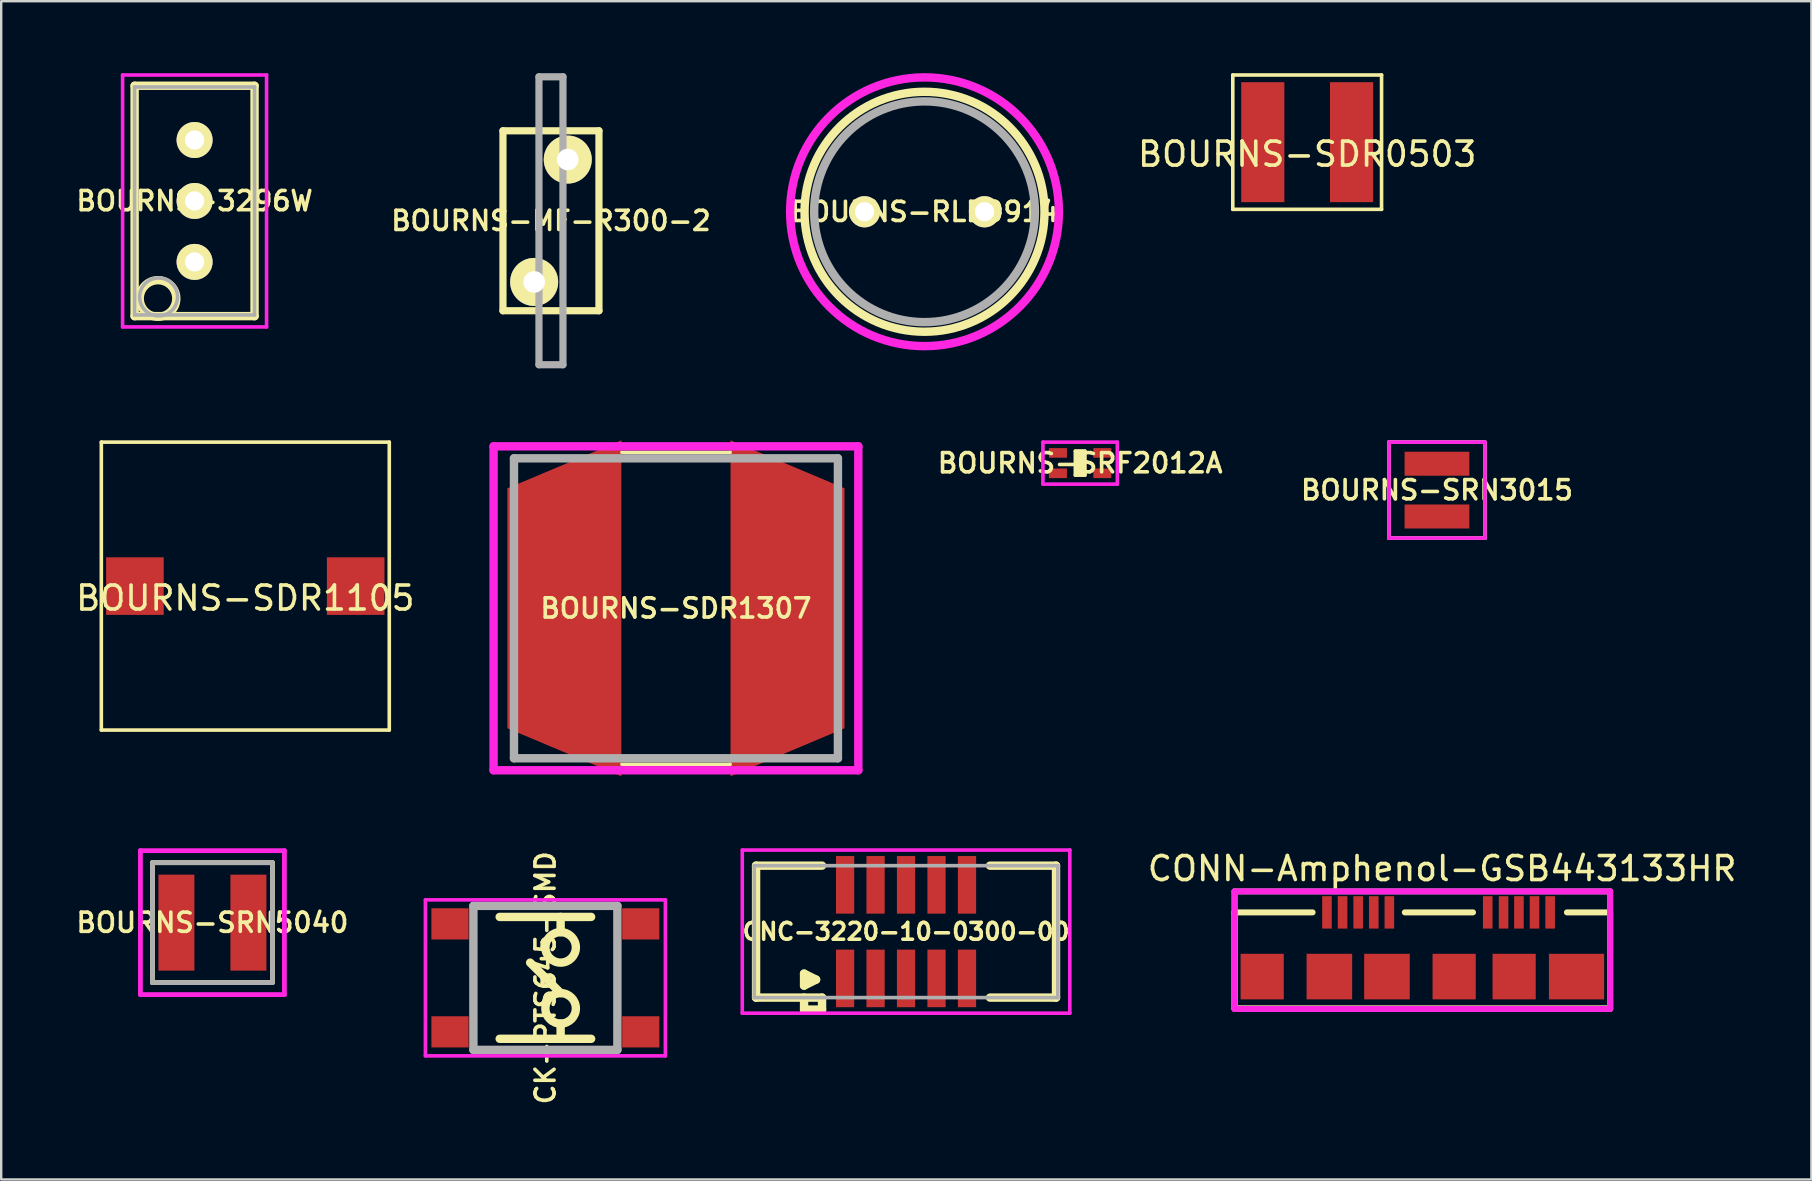
<source format=kicad_pcb>
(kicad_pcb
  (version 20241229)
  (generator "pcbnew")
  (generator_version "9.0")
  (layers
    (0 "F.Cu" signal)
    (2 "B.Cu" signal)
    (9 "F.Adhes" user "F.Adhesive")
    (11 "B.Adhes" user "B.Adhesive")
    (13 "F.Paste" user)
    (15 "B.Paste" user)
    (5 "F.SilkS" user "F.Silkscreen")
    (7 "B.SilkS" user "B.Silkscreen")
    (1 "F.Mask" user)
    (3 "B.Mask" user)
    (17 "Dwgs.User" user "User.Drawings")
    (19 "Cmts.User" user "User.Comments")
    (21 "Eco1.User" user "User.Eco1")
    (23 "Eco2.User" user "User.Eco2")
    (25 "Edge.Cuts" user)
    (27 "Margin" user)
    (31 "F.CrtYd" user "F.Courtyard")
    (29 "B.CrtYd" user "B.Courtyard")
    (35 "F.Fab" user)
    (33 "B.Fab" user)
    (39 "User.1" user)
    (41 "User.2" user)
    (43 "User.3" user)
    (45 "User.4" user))
  (footprint "BOURNS-SRF2012A"
    (layer "F.Cu")
    (at 41.964 16.25)
    (property "Reference" "BOURNS-SRF2012A" (at 0 0 0) (layer "F.SilkS") (effects (font (size 0.8 0.8) (thickness 0.15))))
    (attr smd)
    (fp_line (start -0.2 -0.5) (end -0.2 0.5) (stroke (width 0.15) (type solid)) (layer "F.SilkS"))
    (fp_line (start -0.2 -0.5) (end 0.2 -0.5) (stroke (width 0.15) (type solid)) (layer "F.SilkS"))
    (fp_line (start -0.2 0.5) (end 0.2 0.5) (stroke (width 0.15) (type solid)) (layer "F.SilkS"))
    (fp_line (start -0.1 -0.5) (end -0.1 0.5) (stroke (width 0.15) (type solid)) (layer "F.SilkS"))
    (fp_line (start 0 0.5) (end 0 -0.5) (stroke (width 0.15) (type solid)) (layer "F.SilkS"))
    (fp_line (start 0.1 -0.5) (end 0.1 0.5) (stroke (width 0.15) (type solid)) (layer "F.SilkS"))
    (fp_line (start 0.2 0.5) (end 0.2 -0.5) (stroke (width 0.15) (type solid)) (layer "F.SilkS"))
    (fp_line (start -1.55 -0.875) (end 1.55 -0.875) (stroke (width 0.15) (type solid)) (layer "F.CrtYd"))
    (fp_line (start -1.55 0.875) (end -1.55 -0.875) (stroke (width 0.15) (type solid)) (layer "F.CrtYd"))
    (fp_line (start 1.55 -0.875) (end 1.55 0.875) (stroke (width 0.15) (type solid)) (layer "F.CrtYd"))
    (fp_line (start 1.55 0.875) (end -1.55 0.875) (stroke (width 0.15) (type solid)) (layer "F.CrtYd"))
    (pad "1" smd rect (at -0.925 -0.425) (size 0.75 0.4) (layers "F.Cu" "F.Mask" "F.Paste"))
    (pad "2" smd rect (at 0.925 -0.425) (size 0.75 0.4) (layers "F.Cu" "F.Mask" "F.Paste"))
    (pad "3" smd rect (at 0.925 0.425) (size 0.75 0.4) (layers "F.Cu" "F.Mask" "F.Paste"))
    (pad "4" smd rect (at -0.925 0.425) (size 0.75 0.4) (layers "F.Cu" "F.Mask" "F.Paste")))
  (footprint "BOURNS-SRN3015"
    (layer "F.Cu")
    (at 56.835 17.375)
    (property "Reference" "BOURNS-SRN3015" (at 0 0 0) (layer "F.SilkS") (effects (font (size 0.8 0.8) (thickness 0.15))))
    (attr smd)
    (fp_line (start -2 -2) (end 2 -2) (stroke (width 0.15) (type solid)) (layer "F.SilkS"))
    (fp_line (start -2 2) (end -2 -2) (stroke (width 0.15) (type solid)) (layer "F.SilkS"))
    (fp_line (start 2 -2) (end 2 2) (stroke (width 0.15) (type solid)) (layer "F.SilkS"))
    (fp_line (start 2 2) (end -2 2) (stroke (width 0.15) (type solid)) (layer "F.SilkS"))
    (fp_line (start -2 -2) (end -2 2) (stroke (width 0.15) (type solid)) (layer "F.CrtYd"))
    (fp_line (start -2 2) (end 2 2) (stroke (width 0.15) (type solid)) (layer "F.CrtYd"))
    (fp_line (start 2 -2) (end -2 -2) (stroke (width 0.15) (type solid)) (layer "F.CrtYd"))
    (fp_line (start 2 2) (end 2 -2) (stroke (width 0.15) (type solid)) (layer "F.CrtYd"))
    (fp_line (start -2 -2) (end -2 2) (stroke (width 0.15) (type solid)) (layer "F.Fab"))
    (fp_line (start -2 2) (end 2 2) (stroke (width 0.15) (type solid)) (layer "F.Fab"))
    (fp_line (start 2 -2) (end -2 -2) (stroke (width 0.15) (type solid)) (layer "F.Fab"))
    (fp_line (start 2 2) (end 2 -2) (stroke (width 0.15) (type solid)) (layer "F.Fab"))
    (pad "1" smd rect (at 0 -1.1) (size 2.7 1) (layers "F.Cu" "F.Mask" "F.Paste"))
    (pad "2" smd rect (at 0 1.1) (size 2.7 1) (layers "F.Cu" "F.Mask" "F.Paste")))
  (footprint "BOURNS-RLB0914"
    (layer "F.Cu")
    (at 35.479 5.775)
    (property "Reference" "BOURNS-RLB0914" (at 0 0 0) (layer "F.SilkS") (effects (font (size 0.8 0.8) (thickness 0.15))))
    (attr through_hole)
    (fp_circle (center 0 0) (end 5 0) (stroke (width 0.35) (type solid)) (fill no) (layer "F.SilkS"))
    (fp_circle (center 0 0) (end 5.6 0) (stroke (width 0.35) (type solid)) (fill no) (layer "F.CrtYd"))
    (fp_circle (center 0 0) (end 4.6 0) (stroke (width 0.35) (type solid)) (fill no) (layer "F.Fab"))
    (pad "1" thru_hole circle (at -2.5 0) (size 1.3 1.3) (drill 0.8) (layers "*.Cu" "*.Mask" "F.SilkS"))
    (pad "2" thru_hole circle (at 2.5 0) (size 1.3 1.3) (drill 0.8) (layers "*.Cu" "*.Mask" "F.SilkS")))
  (footprint "BOURNS-3296W"
    (layer "F.Cu")
    (at 5.059 5.325)
    (property "Reference" "BOURNS-3296W" (at 0 0 0) (layer "F.SilkS") (effects (font (size 0.8 0.8) (thickness 0.15))))
    (attr through_hole)
    (fp_line (start -2.499 -4.801) (end 2.499 -4.801) (stroke (width 0.35) (type solid)) (layer "F.SilkS"))
    (fp_line (start -2.499 4.801) (end -2.499 -4.801) (stroke (width 0.35) (type solid)) (layer "F.SilkS"))
    (fp_line (start 2.499 -4.801) (end 2.499 4.801) (stroke (width 0.35) (type solid)) (layer "F.SilkS"))
    (fp_line (start 2.499 4.801) (end -2.499 4.801) (stroke (width 0.35) (type solid)) (layer "F.SilkS"))
    (fp_circle (center -1.524 4.064) (end -1.524 3.302) (stroke (width 0.35) (type solid)) (fill no) (layer "F.SilkS"))
    (fp_line (start -3 -5.25) (end -3 5.25) (stroke (width 0.15) (type solid)) (layer "F.CrtYd"))
    (fp_line (start -3 5.25) (end 3 5.25) (stroke (width 0.15) (type solid)) (layer "F.CrtYd"))
    (fp_line (start 3 -5.25) (end -3 -5.25) (stroke (width 0.15) (type solid)) (layer "F.CrtYd"))
    (fp_line (start 3 5.25) (end 3 -5.25) (stroke (width 0.15) (type solid)) (layer "F.CrtYd"))
    (fp_line (start -2.5 -4.75) (end -2.5 4.75) (stroke (width 0.15) (type solid)) (layer "F.Fab"))
    (fp_line (start -2.5 4.75) (end 2.5 4.75) (stroke (width 0.15) (type solid)) (layer "F.Fab"))
    (fp_line (start 2.5 -4.75) (end -2.5 -4.75) (stroke (width 0.15) (type solid)) (layer "F.Fab"))
    (fp_line (start 2.5 4.75) (end 2.5 -4.75) (stroke (width 0.15) (type solid)) (layer "F.Fab"))
    (fp_circle (center -1.5 4) (end -1.75 4.75) (stroke (width 0.15) (type solid)) (fill no) (layer "F.Fab"))
    (pad "1" thru_hole circle (at 0 -2.54) (size 1.5 1.5) (drill 0.8) (layers "*.Cu" "*.Mask" "F.SilkS"))
    (pad "2" thru_hole circle (at 0 0) (size 1.5 1.5) (drill 0.8) (layers "*.Cu" "*.Mask" "F.SilkS"))
    (pad "3" thru_hole circle (at 0 2.54) (size 1.5 1.5) (drill 0.8) (layers "*.Cu" "*.Mask" "F.SilkS")))
  (footprint "BOURNS-SDR0503"
    (layer "F.Cu")
    (at 51.426 2.875)
    (property "Reference" "BOURNS-SDR0503" (at 0 0.5 0) (layer "F.SilkS") (effects (font (size 1 1) (thickness 0.15))))
    (attr through_hole)
    (fp_line (start -3.1 -2.8) (end 3.1 -2.8) (stroke (width 0.15) (type solid)) (layer "F.SilkS"))
    (fp_line (start -3.1 2.8) (end -3.1 -2.8) (stroke (width 0.15) (type solid)) (layer "F.SilkS"))
    (fp_line (start 3.1 -2.8) (end 3.1 2.8) (stroke (width 0.15) (type solid)) (layer "F.SilkS"))
    (fp_line (start 3.1 2.8) (end -3.1 2.8) (stroke (width 0.15) (type solid)) (layer "F.SilkS"))
    (pad "1" smd rect (at -1.85 0) (size 1.8 5) (layers "F.Cu" "F.Mask" "F.Paste"))
    (pad "2" smd rect (at 1.85 0) (size 1.8 5) (layers "F.Cu" "F.Mask" "F.Paste")))
  (footprint "CNC-3220-10-0300-00"
    (layer "F.Cu")
    (at 34.709 35.775)
    (property "Reference" "CNC-3220-10-0300-00" (at 0 0 0) (layer "F.SilkS") (effects (font (size 0.7 0.7) (thickness 0.15))))
    (attr through_hole)
    (fp_line (start -6.25 -2.75) (end -3.5 -2.75) (stroke (width 0.35) (type solid)) (layer "F.SilkS"))
    (fp_line (start -6.25 2.75) (end -6.25 -2.75) (stroke (width 0.35) (type solid)) (layer "F.SilkS"))
    (fp_line (start -4.25 1.75) (end -3.75 2) (stroke (width 0.35) (type solid)) (layer "F.SilkS"))
    (fp_line (start -4.25 2.25) (end -4.25 1.75) (stroke (width 0.35) (type solid)) (layer "F.SilkS"))
    (fp_line (start -4.25 3.25) (end -4.25 2.75) (stroke (width 0.35) (type solid)) (layer "F.SilkS"))
    (fp_line (start -3.75 2) (end -4.25 2.25) (stroke (width 0.35) (type solid)) (layer "F.SilkS"))
    (fp_line (start -3.5 2.75) (end -6.25 2.75) (stroke (width 0.35) (type solid)) (layer "F.SilkS"))
    (fp_line (start -3.5 2.75) (end -3.5 3.25) (stroke (width 0.35) (type solid)) (layer "F.SilkS"))
    (fp_line (start -3.5 3.25) (end -4.25 3.25) (stroke (width 0.35) (type solid)) (layer "F.SilkS"))
    (fp_line (start 3.5 -2.75) (end 6.25 -2.75) (stroke (width 0.35) (type solid)) (layer "F.SilkS"))
    (fp_line (start 6.25 -2.75) (end 6.25 2.75) (stroke (width 0.35) (type solid)) (layer "F.SilkS"))
    (fp_line (start 6.25 2.75) (end 3.5 2.75) (stroke (width 0.35) (type solid)) (layer "F.SilkS"))
    (fp_line (start -6.825 -3.4) (end 6.825 -3.4) (stroke (width 0.15) (type solid)) (layer "F.CrtYd"))
    (fp_line (start -6.825 3.4) (end -6.825 -3.4) (stroke (width 0.15) (type solid)) (layer "F.CrtYd"))
    (fp_line (start 6.825 -3.4) (end 6.825 3.4) (stroke (width 0.15) (type solid)) (layer "F.CrtYd"))
    (fp_line (start 6.825 3.4) (end -6.825 3.4) (stroke (width 0.15) (type solid)) (layer "F.CrtYd"))
    (fp_line (start -6.325 -2.75) (end 6.325 -2.75) (stroke (width 0.15) (type solid)) (layer "F.Fab"))
    (fp_line (start -6.325 2.75) (end -6.325 -2.75) (stroke (width 0.15) (type solid)) (layer "F.Fab"))
    (fp_line (start 6.325 -2.75) (end 6.325 2.75) (stroke (width 0.15) (type solid)) (layer "F.Fab"))
    (fp_line (start 6.325 2.75) (end -6.325 2.75) (stroke (width 0.15) (type solid)) (layer "F.Fab"))
    (pad "1" smd rect (at -2.54 1.95) (size 0.76 2.4) (layers "F.Cu" "F.Mask" "F.Paste"))
    (pad "2" smd rect (at -2.54 -1.95) (size 0.76 2.4) (layers "F.Cu" "F.Mask" "F.Paste"))
    (pad "3" smd rect (at -1.27 1.95) (size 0.76 2.4) (layers "F.Cu" "F.Mask" "F.Paste"))
    (pad "4" smd rect (at -1.27 -1.95) (size 0.76 2.4) (layers "F.Cu" "F.Mask" "F.Paste"))
    (pad "5" smd rect (at 0 1.95) (size 0.76 2.4) (layers "F.Cu" "F.Mask" "F.Paste"))
    (pad "6" smd rect (at 0 -1.95) (size 0.76 2.4) (layers "F.Cu" "F.Mask" "F.Paste"))
    (pad "7" smd rect (at 1.27 1.95) (size 0.76 2.4) (layers "F.Cu" "F.Mask" "F.Paste"))
    (pad "8" smd rect (at 1.27 -1.95) (size 0.76 2.4) (layers "F.Cu" "F.Mask" "F.Paste"))
    (pad "9" smd rect (at 2.54 1.95) (size 0.76 2.4) (layers "F.Cu" "F.Mask" "F.Paste"))
    (pad "10" smd rect (at 2.54 -1.95) (size 0.76 2.4) (layers "F.Cu" "F.Mask" "F.Paste")))
  (footprint "BOURNS-SRN5040"
    (layer "F.Cu")
    (at 5.802 35.4)
    (property "Reference" "BOURNS-SRN5040" (at 0 0 0) (layer "F.SilkS") (effects (font (size 0.8 0.8) (thickness 0.15))))
    (attr smd)
    (fp_line (start -2.5 -2.5) (end 2.5 -2.5) (stroke (width 0.2) (type solid)) (layer "F.SilkS"))
    (fp_line (start -2.5 2.5) (end -2.5 -2.5) (stroke (width 0.2) (type solid)) (layer "F.SilkS"))
    (fp_line (start 2.5 -2.5) (end 2.5 2.5) (stroke (width 0.2) (type solid)) (layer "F.SilkS"))
    (fp_line (start 2.5 2.5) (end -2.5 2.5) (stroke (width 0.2) (type solid)) (layer "F.SilkS"))
    (fp_line (start -3 -3) (end 3 -3) (stroke (width 0.2) (type solid)) (layer "F.CrtYd"))
    (fp_line (start -3 3) (end -3 -3) (stroke (width 0.2) (type solid)) (layer "F.CrtYd"))
    (fp_line (start 3 -3) (end 3 3) (stroke (width 0.2) (type solid)) (layer "F.CrtYd"))
    (fp_line (start 3 3) (end -3 3) (stroke (width 0.2) (type solid)) (layer "F.CrtYd"))
    (fp_line (start -2.5 -2.5) (end 2.5 -2.5) (stroke (width 0.2) (type solid)) (layer "F.Fab"))
    (fp_line (start -2.5 2.5) (end -2.5 -2.5) (stroke (width 0.2) (type solid)) (layer "F.Fab"))
    (fp_line (start 2.5 -2.5) (end 2.5 2.5) (stroke (width 0.2) (type solid)) (layer "F.Fab"))
    (fp_line (start 2.5 2.5) (end -2.5 2.5) (stroke (width 0.2) (type solid)) (layer "F.Fab"))
    (pad "1" smd rect (at -1.5 0) (size 1.5 4) (layers "F.Cu" "F.Mask" "F.Paste"))
    (pad "2" smd rect (at 1.5 0) (size 1.5 4) (layers "F.Cu" "F.Mask" "F.Paste")))
  (footprint "BOURNS-SDR1307"
    (layer "F.Cu")
    (at 25.12 22.3)
    (property "Reference" "BOURNS-SDR1307" (at 0 0 0) (layer "F.SilkS") (effects (font (size 0.8 0.8) (thickness 0.15))))
    (attr smd)
    (fp_line (start -2.25 -6.5) (end 2.25 -6.5) (stroke (width 0.15) (type solid)) (layer "F.SilkS"))
    (fp_line (start -2.25 6.5) (end 2.25 6.5) (stroke (width 0.15) (type solid)) (layer "F.SilkS"))
    (fp_line (start 2.25 -6.5) (end 2.25 -6.5) (stroke (width 0.15) (type solid)) (layer "F.SilkS"))
    (fp_line (start 2.25 6.5) (end 2.25 6.5) (stroke (width 0.15) (type solid)) (layer "F.SilkS"))
    (fp_line (start -7.6 -6.75) (end 7.6 -6.75) (stroke (width 0.35) (type solid)) (layer "F.CrtYd"))
    (fp_line (start -7.6 6.75) (end -7.6 -6.75) (stroke (width 0.35) (type solid)) (layer "F.CrtYd"))
    (fp_line (start 7.6 -6.75) (end 7.6 6.75) (stroke (width 0.35) (type solid)) (layer "F.CrtYd"))
    (fp_line (start 7.6 6.75) (end -7.6 6.75) (stroke (width 0.35) (type solid)) (layer "F.CrtYd"))
    (fp_line (start -6.75 -6.25) (end 6.75 -6.25) (stroke (width 0.35) (type solid)) (layer "F.Fab"))
    (fp_line (start -6.75 6.25) (end -6.75 -6.25) (stroke (width 0.35) (type solid)) (layer "F.Fab"))
    (fp_line (start 6.75 -6.25) (end 6.75 6.25) (stroke (width 0.35) (type solid)) (layer "F.Fab"))
    (fp_line (start 6.75 6.25) (end -6.75 6.25) (stroke (width 0.35) (type solid)) (layer "F.Fab"))
    (pad "1" smd trapezoid (at -4.65 0) (size 4.75 12) (rect_delta -2 0) (layers "F.Cu" "F.Mask" "F.Paste"))
    (pad "2" smd trapezoid (at 4.65 0) (size 4.75 12) (rect_delta 2 0) (layers "F.Cu" "F.Mask" "F.Paste")))
  (footprint "CK-PTS645-SMD"
    (layer "F.Cu")
    (at 19.679 37.702)
    (property "Reference" "CK-PTS645-SMD" (at 0 0 90) (layer "F.SilkS") (effects (font (size 0.8 0.8) (thickness 0.15))))
    (attr smd)
    (fp_line (start -1.905 -2.54) (end 1.905 -2.54) (stroke (width 0.35) (type solid)) (layer "F.SilkS"))
    (fp_line (start -1.905 2.54) (end 1.905 2.54) (stroke (width 0.35) (type solid)) (layer "F.SilkS"))
    (fp_line (start 0.635 -1.905) (end 0.635 -2.54) (stroke (width 0.35) (type solid)) (layer "F.SilkS"))
    (fp_line (start 0.635 0.635) (end -0.635 -0.635) (stroke (width 0.35) (type solid)) (layer "F.SilkS"))
    (fp_line (start 0.635 1.905) (end 0.635 2.54) (stroke (width 0.35) (type solid)) (layer "F.SilkS"))
    (fp_circle (center 0.635 -1.27) (end 0.635 -0.635) (stroke (width 0.35) (type solid)) (fill no) (layer "F.SilkS"))
    (fp_circle (center 0.635 1.27) (end 0.635 0.635) (stroke (width 0.35) (type solid)) (fill no) (layer "F.SilkS"))
    (fp_line (start -5 -3.25) (end -5 3.25) (stroke (width 0.15) (type solid)) (layer "F.CrtYd"))
    (fp_line (start -5 3.25) (end 5 3.25) (stroke (width 0.15) (type solid)) (layer "F.CrtYd"))
    (fp_line (start 5 -3.25) (end -5 -3.25) (stroke (width 0.15) (type solid)) (layer "F.CrtYd"))
    (fp_line (start 5 3.25) (end 5 -3.25) (stroke (width 0.15) (type solid)) (layer "F.CrtYd"))
    (fp_line (start -3 -3) (end 3 -3) (stroke (width 0.35) (type solid)) (layer "F.Fab"))
    (fp_line (start -3 3) (end -3 -3) (stroke (width 0.35) (type solid)) (layer "F.Fab"))
    (fp_line (start 3 -3) (end 3 3) (stroke (width 0.35) (type solid)) (layer "F.Fab"))
    (fp_line (start 3 3) (end -3 3) (stroke (width 0.35) (type solid)) (layer "F.Fab"))
    (pad "1" smd rect (at -3.975 2.25 90) (size 1.3 1.55) (layers "F.Cu" "F.Mask" "F.Paste"))
    (pad "2" smd rect (at 3.975 2.25 90) (size 1.3 1.55) (layers "F.Cu" "F.Mask" "F.Paste"))
    (pad "3" smd rect (at -3.975 -2.25 90) (size 1.3 1.55) (layers "F.Cu" "F.Mask" "F.Paste"))
    (pad "4" smd rect (at 3.975 -2.25 90) (size 1.3 1.55) (layers "F.Cu" "F.Mask" "F.Paste")))
  (footprint "BOURNS-MF-R300-2"
    (layer "F.Cu")
    (at 19.911 6.15)
    (property "Reference" "BOURNS-MF-R300-2" (at 0 0 0) (layer "F.SilkS") (effects (font (size 0.8 0.8) (thickness 0.15))))
    (attr through_hole)
    (fp_line (start -2 -3.75) (end 2 -3.75) (stroke (width 0.3) (type solid)) (layer "F.SilkS"))
    (fp_line (start -2 3.75) (end -2 -3.75) (stroke (width 0.3) (type solid)) (layer "F.SilkS"))
    (fp_line (start 2 -3.75) (end 2 3.75) (stroke (width 0.3) (type solid)) (layer "F.SilkS"))
    (fp_line (start 2 3.75) (end -2 3.75) (stroke (width 0.3) (type solid)) (layer "F.SilkS"))
    (fp_line (start -0.5 -6) (end 0.5 -6) (stroke (width 0.3) (type solid)) (layer "F.Fab"))
    (fp_line (start -0.5 6) (end -0.5 -6) (stroke (width 0.3) (type solid)) (layer "F.Fab"))
    (fp_line (start 0.5 -6) (end 0.5 6) (stroke (width 0.3) (type solid)) (layer "F.Fab"))
    (fp_line (start 0.5 6) (end -0.5 6) (stroke (width 0.3) (type solid)) (layer "F.Fab"))
    (pad "1" thru_hole circle (at -0.7 2.55) (size 2 2) (drill 0.9) (layers "*.Cu" "*.Mask" "F.SilkS"))
    (pad "2" thru_hole circle (at 0.7 -2.55) (size 2 2) (drill 0.9) (layers "*.Cu" "*.Mask" "F.SilkS")))
  (footprint "CONN-Amphenol-GSB443133HR"
    (layer "F.Cu")
    (at 53.551 37.648)
    (property "Reference" "CONN-Amphenol-GSB443133HR" (at 3.5 -4.5 0) (layer "F.SilkS") (effects (font (size 1 1) (thickness 0.15))))
    (attr smd)
    (fp_line (start -5.15 -2.675) (end -1.9 -2.675) (stroke (width 0.25) (type solid)) (layer "F.SilkS"))
    (fp_line (start -5.15 1.325) (end -5.15 -2.675) (stroke (width 0.25) (type solid)) (layer "F.SilkS"))
    (fp_line (start -5.15 1.325) (end 10.5 1.325) (stroke (width 0.25) (type solid)) (layer "F.SilkS"))
    (fp_line (start 1.945 -2.675) (end 4.785 -2.675) (stroke (width 0.25) (type solid)) (layer "F.SilkS"))
    (fp_line (start 8.7 -2.675) (end 10.5 -2.675) (stroke (width 0.25) (type solid)) (layer "F.SilkS"))
    (fp_line (start 10.5 -2.675) (end 10.5 1.325) (stroke (width 0.25) (type solid)) (layer "F.SilkS"))
    (fp_line (start -5.15 -3.55) (end 10.5 -3.55) (stroke (width 0.25) (type solid)) (layer "F.CrtYd"))
    (fp_line (start -5.15 1.35) (end -5.15 -3.55) (stroke (width 0.25) (type solid)) (layer "F.CrtYd"))
    (fp_line (start -5.15 1.35) (end 10.5 1.35) (stroke (width 0.25) (type solid)) (layer "F.CrtYd"))
    (fp_line (start 10.5 -3.55) (end 10.5 1.35) (stroke (width 0.25) (type solid)) (layer "F.CrtYd"))
    (fp_line (start -5.15 -3.55) (end 10.5 -3.55) (stroke (width 0.25) (type solid)) (layer "F.Fab"))
    (fp_line (start -5.15 -2.7) (end -5.15 -3.55) (stroke (width 0.25) (type solid)) (layer "F.Fab"))
    (fp_line (start -5.15 1.35) (end -5.15 -2.7) (stroke (width 0.25) (type solid)) (layer "F.Fab"))
    (fp_line (start 10.5 -3.55) (end 10.5 1.35) (stroke (width 0.25) (type solid)) (layer "F.Fab"))
    (fp_line (start 10.5 1.35) (end -5.15 1.35) (stroke (width 0.25) (type solid)) (layer "F.Fab"))
    (pad "1" smd rect (at -1.3 -2.675) (size 0.4 1.35) (layers "F.Cu" "F.Mask" "F.Paste"))
    (pad "2" smd rect (at -0.65 -2.675) (size 0.4 1.35) (layers "F.Cu" "F.Mask" "F.Paste"))
    (pad "3" smd rect (at 0 -2.675) (size 0.4 1.35) (layers "F.Cu" "F.Mask" "F.Paste"))
    (pad "4" smd rect (at 0.65 -2.675) (size 0.4 1.35) (layers "F.Cu" "F.Mask" "F.Paste"))
    (pad "5" smd rect (at 1.3 -2.675) (size 0.4 1.35) (layers "F.Cu" "F.Mask" "F.Paste"))
    (pad "6" smd rect (at 5.4 -2.675) (size 0.4 1.35) (layers "F.Cu" "F.Mask" "F.Paste"))
    (pad "7" smd rect (at 6.06 -2.675) (size 0.4 1.35) (layers "F.Cu" "F.Mask" "F.Paste"))
    (pad "8" smd rect (at 6.7 -2.675) (size 0.4 1.35) (layers "F.Cu" "F.Mask" "F.Paste"))
    (pad "9" smd rect (at 7.35 -2.675) (size 0.4 1.35) (layers "F.Cu" "F.Mask" "F.Paste"))
    (pad "10" smd rect (at 8 -2.675) (size 0.4 1.35) (layers "F.Cu" "F.Mask" "F.Paste"))
    (pad "SH" smd rect (at -4 0) (size 1.8 1.9) (layers "F.Cu" "F.Mask" "F.Paste"))
    (pad "SH" smd rect (at -1.2 0) (size 1.9 1.9) (layers "F.Cu" "F.Mask" "F.Paste"))
    (pad "SH" smd rect (at 1.2 0) (size 1.9 1.9) (layers "F.Cu" "F.Mask" "F.Paste"))
    (pad "SH" smd rect (at 4 0) (size 1.8 1.9) (layers "F.Cu" "F.Mask" "F.Paste"))
    (pad "SH" smd rect (at 6.5 0) (size 1.8 1.9) (layers "F.Cu" "F.Mask" "F.Paste"))
    (pad "SH" smd rect (at 9.1 0) (size 2.3 1.9) (layers "F.Cu" "F.Mask" "F.Paste")))
  (footprint "BOURNS-SDR1105"
    (layer "F.Cu")
    (at 7.173 21.375)
    (property "Reference" "BOURNS-SDR1105" (at 0 0.5 0) (layer "F.SilkS") (effects (font (size 1 1) (thickness 0.15))))
    (attr through_hole)
    (fp_line (start -6 -6) (end 6 -6) (stroke (width 0.15) (type solid)) (layer "F.SilkS"))
    (fp_line (start -6 6) (end -6 -6) (stroke (width 0.15) (type solid)) (layer "F.SilkS"))
    (fp_line (start 6 -6) (end 6 6) (stroke (width 0.15) (type solid)) (layer "F.SilkS"))
    (fp_line (start 6 6) (end -6 6) (stroke (width 0.15) (type solid)) (layer "F.SilkS"))
    (pad "1" smd rect (at -4.6 0) (size 2.4 2.4) (layers "F.Cu" "F.Mask" "F.Paste"))
    (pad "2" smd rect (at 4.6 0) (size 2.4 2.4) (layers "F.Cu" "F.Mask" "F.Paste")))
  (gr_rect
    (start -3 -3)
    (end 72.438 46.104)
    (stroke (width 0.1) (type default))
    (fill no)
    (layer "Edge.Cuts")))
</source>
